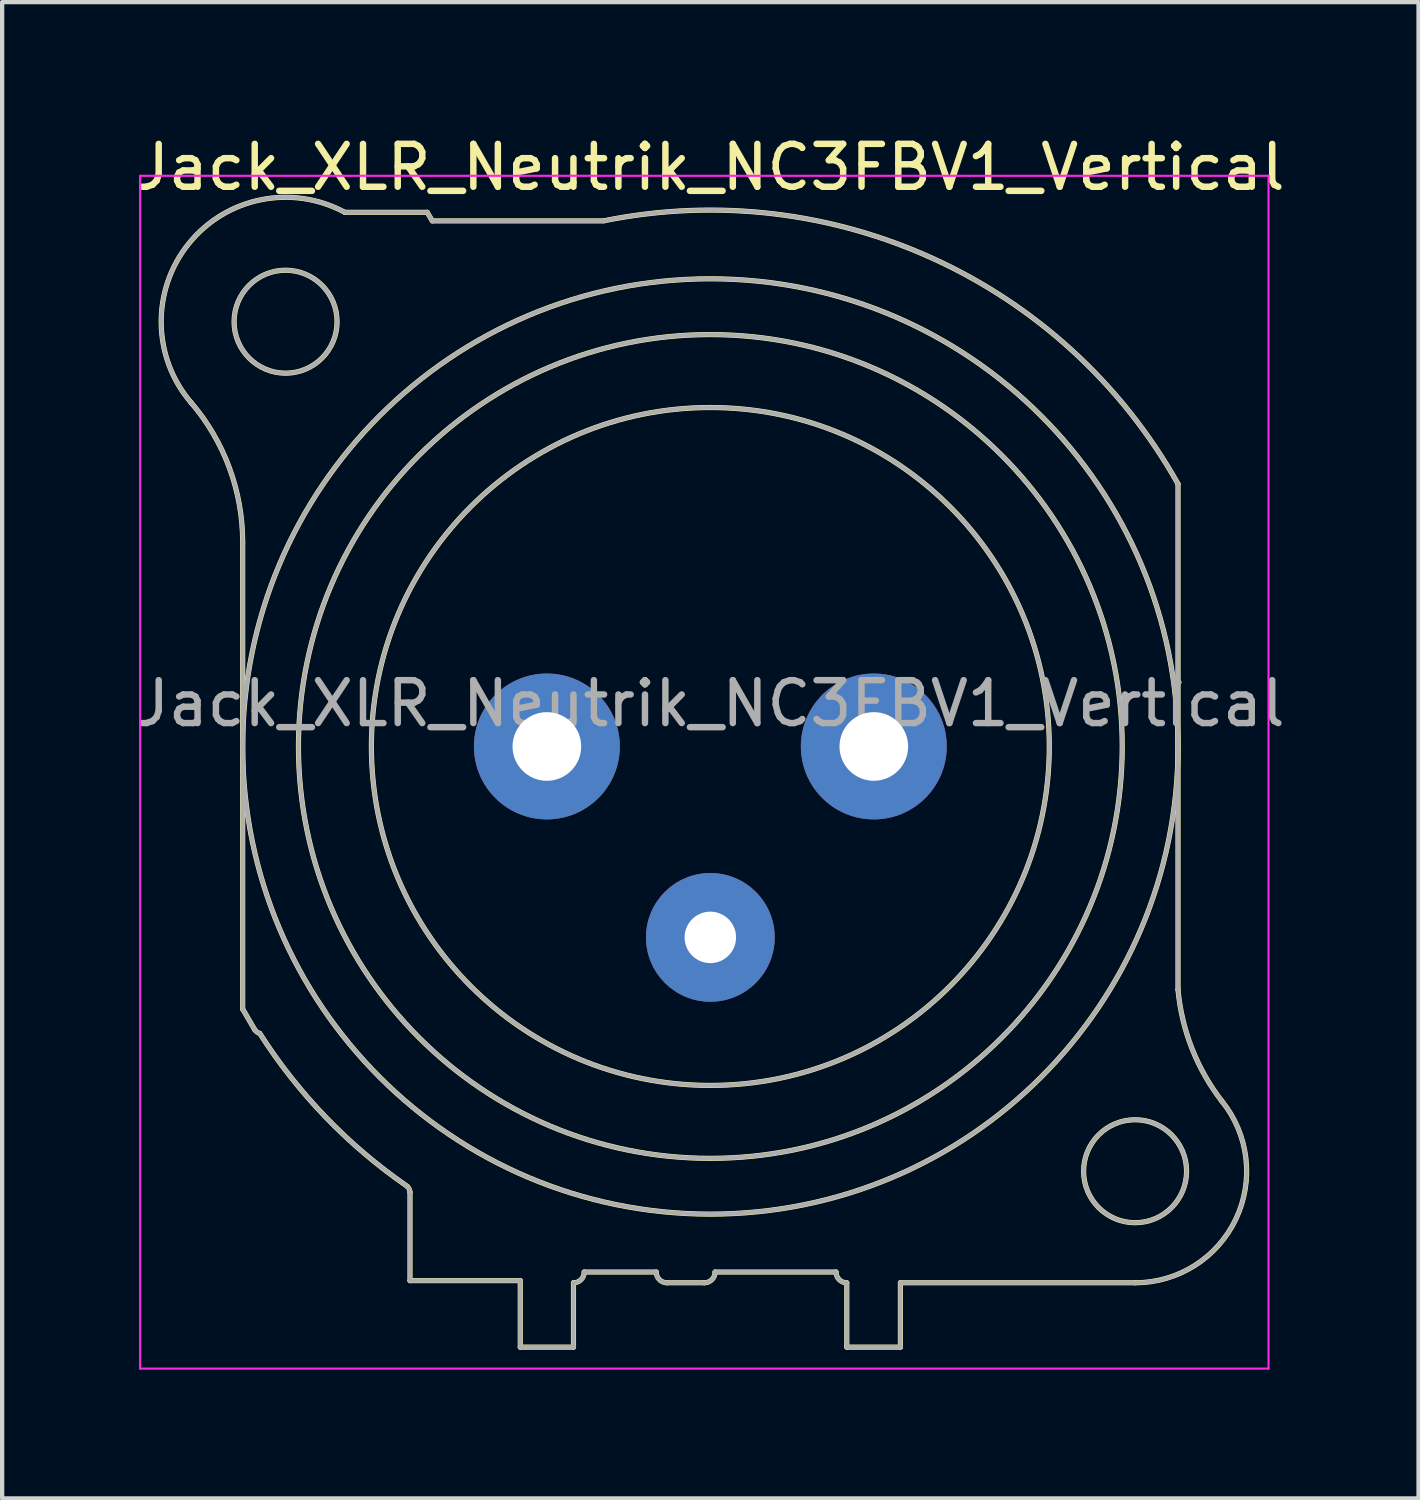
<source format=kicad_pcb>
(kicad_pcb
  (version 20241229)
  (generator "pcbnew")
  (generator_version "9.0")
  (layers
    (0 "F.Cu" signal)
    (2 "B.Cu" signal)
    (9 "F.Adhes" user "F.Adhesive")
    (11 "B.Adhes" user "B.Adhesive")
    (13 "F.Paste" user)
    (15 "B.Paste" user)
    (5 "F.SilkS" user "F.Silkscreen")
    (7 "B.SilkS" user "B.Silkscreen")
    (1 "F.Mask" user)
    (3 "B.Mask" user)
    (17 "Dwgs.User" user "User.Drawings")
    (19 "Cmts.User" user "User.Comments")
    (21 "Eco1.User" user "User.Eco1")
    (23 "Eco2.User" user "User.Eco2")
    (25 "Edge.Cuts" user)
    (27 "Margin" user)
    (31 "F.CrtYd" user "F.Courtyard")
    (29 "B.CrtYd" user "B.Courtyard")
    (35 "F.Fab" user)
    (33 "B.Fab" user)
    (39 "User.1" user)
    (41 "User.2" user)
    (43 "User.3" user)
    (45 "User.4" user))
  (footprint "Jack_XLR_Neutrik_NC3FBV1_Vertical"
    (layer "F.Cu")
    (at 17.316 14.348)
    (property "Reference" "Jack_XLR_Neutrik_NC3FBV1_Vertical" (at -3.81 -13.5 0) (layer "F.SilkS") (effects (font (size 1 1) (thickness 0.15))))
    (attr through_hole)
    (fp_line (start -14.71 -4.76) (end -14.71 6.12) (stroke (width 0.12) (type solid)) (layer "F.SilkS"))
    (fp_line (start -14.71 6.12) (end -14.43 6.6) (stroke (width 0.12) (type solid)) (layer "F.SilkS"))
    (fp_line (start -10.81 10.39) (end -10.81 12.45) (stroke (width 0.12) (type solid)) (layer "F.SilkS"))
    (fp_line (start -10.81 12.45) (end -8.24 12.45) (stroke (width 0.12) (type solid)) (layer "F.SilkS"))
    (fp_line (start -10.41 -12.45) (end -12.33 -12.45) (stroke (width 0.12) (type solid)) (layer "F.SilkS"))
    (fp_line (start -10.29 -12.25) (end -10.41 -12.45) (stroke (width 0.12) (type solid)) (layer "F.SilkS"))
    (fp_line (start -8.24 12.45) (end -8.24 14) (stroke (width 0.12) (type solid)) (layer "F.SilkS"))
    (fp_line (start -7 14) (end -8.24 14) (stroke (width 0.12) (type solid)) (layer "F.SilkS"))
    (fp_line (start -7 14) (end -7 12.5) (stroke (width 0.12) (type solid)) (layer "F.SilkS"))
    (fp_line (start -6.75 12.25) (end -5.07 12.25) (stroke (width 0.12) (type solid)) (layer "F.SilkS"))
    (fp_line (start -6.3 -12.25) (end -10.29 -12.25) (stroke (width 0.12) (type solid)) (layer "F.SilkS"))
    (fp_line (start -4.82 12.5) (end -3.95 12.5) (stroke (width 0.12) (type solid)) (layer "F.SilkS"))
    (fp_line (start -3.7 12.25) (end -0.88 12.25) (stroke (width 0.12) (type solid)) (layer "F.SilkS"))
    (fp_line (start -0.63 12.5) (end -0.63 14) (stroke (width 0.12) (type solid)) (layer "F.SilkS"))
    (fp_line (start 0.62 12.5) (end 6.09 12.5) (stroke (width 0.12) (type solid)) (layer "F.SilkS"))
    (fp_line (start 0.62 14) (end -0.63 14) (stroke (width 0.12) (type solid)) (layer "F.SilkS"))
    (fp_line (start 0.62 14) (end 0.62 12.5) (stroke (width 0.12) (type solid)) (layer "F.SilkS"))
    (fp_line (start 7.09 5.67) (end 7.09 -6.12) (stroke (width 0.12) (type solid)) (layer "F.SilkS"))
    (fp_arc (start -15.916051 -8.020379) (mid -15.021177 -6.498148) (end -14.71 -4.76) (stroke (width 0.12) (type solid)) (layer "F.SilkS"))
    (fp_arc (start -15.908884 -8.010077) (mid -15.967404 -11.719623) (end -12.33 -12.45) (stroke (width 0.12) (type solid)) (layer "F.SilkS"))
    (fp_arc (start -14.313753 6.685219) (mid -14.379716 6.653303) (end -14.43 6.6) (stroke (width 0.12) (type solid)) (layer "F.SilkS"))
    (fp_arc (start -10.879208 10.248532) (mid -12.772983 8.641241) (end -14.31 6.69) (stroke (width 0.12) (type solid)) (layer "F.SilkS"))
    (fp_arc (start -10.874359 10.252686) (mid -10.828679 10.315015) (end -10.81 10.39) (stroke (width 0.12) (type solid)) (layer "F.SilkS"))
    (fp_arc (start -6.75 12.25) (mid -6.823223 12.426777) (end -7 12.5) (stroke (width 0.12) (type solid)) (layer "F.SilkS"))
    (fp_arc (start -6.283571 -12.253402) (mid 1.401126 -11.362596) (end 7.09 -6.12) (stroke (width 0.12) (type solid)) (layer "F.SilkS"))
    (fp_arc (start -4.82 12.5) (mid -4.996777 12.426777) (end -5.07 12.25) (stroke (width 0.12) (type solid)) (layer "F.SilkS"))
    (fp_arc (start -3.7 12.25) (mid -3.773223 12.426777) (end -3.95 12.5) (stroke (width 0.12) (type solid)) (layer "F.SilkS"))
    (fp_arc (start -0.63 12.5) (mid -0.806777 12.426777) (end -0.88 12.25) (stroke (width 0.12) (type solid)) (layer "F.SilkS"))
    (fp_arc (start 8.110579 8.263767) (mid 8.436721 11.019329) (end 6.09 12.5) (stroke (width 0.12) (type solid)) (layer "F.SilkS"))
    (fp_arc (start 8.111727 8.266808) (mid 7.416073 7.041111) (end 7.09 5.67) (stroke (width 0.12) (type solid)) (layer "F.SilkS"))
    (fp_circle (center -13.71 -9.9) (end -12.51 -9.9) (stroke (width 0.12) (type solid)) (fill no) (layer "F.SilkS"))
    (fp_circle (center -3.81 0) (end 4.09 0) (stroke (width 0.12) (type solid)) (fill no) (layer "F.SilkS"))
    (fp_circle (center -3.81 0) (end 5.79 0) (stroke (width 0.12) (type solid)) (fill no) (layer "F.SilkS"))
    (fp_circle (center -3.81 0) (end 7.09 0) (stroke (width 0.12) (type solid)) (fill no) (layer "F.SilkS"))
    (fp_circle (center 6.09 9.9) (end 7.29 9.9) (stroke (width 0.12) (type solid)) (fill no) (layer "F.SilkS"))
    (fp_line (start -17.1 -13.3) (end 9.2 -13.3) (stroke (width 0.05) (type solid)) (layer "F.CrtYd"))
    (fp_line (start -17.1 14.5) (end -17.1 -13.3) (stroke (width 0.05) (type solid)) (layer "F.CrtYd"))
    (fp_line (start 9.2 -13.3) (end 9.2 14.5) (stroke (width 0.05) (type solid)) (layer "F.CrtYd"))
    (fp_line (start 9.2 14.5) (end -17.1 14.5) (stroke (width 0.05) (type solid)) (layer "F.CrtYd"))
    (fp_line (start -14.71 -4.76) (end -14.71 6.12) (stroke (width 0.1) (type solid)) (layer "F.Fab"))
    (fp_line (start -14.71 6.12) (end -14.43 6.6) (stroke (width 0.1) (type solid)) (layer "F.Fab"))
    (fp_line (start -10.81 10.39) (end -10.81 12.45) (stroke (width 0.1) (type solid)) (layer "F.Fab"))
    (fp_line (start -10.81 12.45) (end -8.24 12.45) (stroke (width 0.1) (type solid)) (layer "F.Fab"))
    (fp_line (start -10.41 -12.45) (end -12.33 -12.45) (stroke (width 0.1) (type solid)) (layer "F.Fab"))
    (fp_line (start -10.29 -12.25) (end -10.41 -12.45) (stroke (width 0.1) (type solid)) (layer "F.Fab"))
    (fp_line (start -8.24 12.45) (end -8.24 14) (stroke (width 0.1) (type solid)) (layer "F.Fab"))
    (fp_line (start -7 14) (end -8.24 14) (stroke (width 0.1) (type solid)) (layer "F.Fab"))
    (fp_line (start -7 14) (end -7 12.5) (stroke (width 0.1) (type solid)) (layer "F.Fab"))
    (fp_line (start -6.75 12.25) (end -5.07 12.25) (stroke (width 0.1) (type solid)) (layer "F.Fab"))
    (fp_line (start -6.3 -12.25) (end -10.29 -12.25) (stroke (width 0.1) (type solid)) (layer "F.Fab"))
    (fp_line (start -4.82 12.5) (end -3.95 12.5) (stroke (width 0.1) (type solid)) (layer "F.Fab"))
    (fp_line (start -3.7 12.25) (end -0.88 12.25) (stroke (width 0.1) (type solid)) (layer "F.Fab"))
    (fp_line (start -0.63 12.5) (end -0.63 14) (stroke (width 0.1) (type solid)) (layer "F.Fab"))
    (fp_line (start 0.62 12.5) (end 6.09 12.5) (stroke (width 0.1) (type solid)) (layer "F.Fab"))
    (fp_line (start 0.62 14) (end -0.63 14) (stroke (width 0.1) (type solid)) (layer "F.Fab"))
    (fp_line (start 0.62 14) (end 0.62 12.5) (stroke (width 0.1) (type solid)) (layer "F.Fab"))
    (fp_line (start 7.09 5.67) (end 7.09 -6.12) (stroke (width 0.1) (type solid)) (layer "F.Fab"))
    (fp_arc (start -15.916051 -8.020379) (mid -15.021177 -6.498148) (end -14.71 -4.76) (stroke (width 0.1) (type solid)) (layer "F.Fab"))
    (fp_arc (start -15.908884 -8.010077) (mid -15.967404 -11.719623) (end -12.33 -12.45) (stroke (width 0.1) (type solid)) (layer "F.Fab"))
    (fp_arc (start -14.313753 6.685219) (mid -14.379716 6.653303) (end -14.43 6.6) (stroke (width 0.1) (type solid)) (layer "F.Fab"))
    (fp_arc (start -10.879208 10.248532) (mid -12.772983 8.641241) (end -14.31 6.69) (stroke (width 0.1) (type solid)) (layer "F.Fab"))
    (fp_arc (start -10.874359 10.252686) (mid -10.828679 10.315015) (end -10.81 10.39) (stroke (width 0.1) (type solid)) (layer "F.Fab"))
    (fp_arc (start -6.75 12.25) (mid -6.823223 12.426777) (end -7 12.5) (stroke (width 0.1) (type solid)) (layer "F.Fab"))
    (fp_arc (start -6.283571 -12.253402) (mid 1.401126 -11.362596) (end 7.09 -6.12) (stroke (width 0.1) (type solid)) (layer "F.Fab"))
    (fp_arc (start -4.82 12.5) (mid -4.996777 12.426777) (end -5.07 12.25) (stroke (width 0.1) (type solid)) (layer "F.Fab"))
    (fp_arc (start -3.7 12.25) (mid -3.773223 12.426777) (end -3.95 12.5) (stroke (width 0.1) (type solid)) (layer "F.Fab"))
    (fp_arc (start -0.63 12.5) (mid -0.806777 12.426777) (end -0.88 12.25) (stroke (width 0.1) (type solid)) (layer "F.Fab"))
    (fp_arc (start 8.110579 8.263767) (mid 8.436721 11.019329) (end 6.09 12.5) (stroke (width 0.1) (type solid)) (layer "F.Fab"))
    (fp_arc (start 8.111727 8.266808) (mid 7.416073 7.041111) (end 7.09 5.67) (stroke (width 0.1) (type solid)) (layer "F.Fab"))
    (fp_circle (center -13.71 -9.9) (end -12.51 -9.9) (stroke (width 0.1) (type solid)) (fill no) (layer "F.Fab"))
    (fp_circle (center -3.81 0) (end 4.09 0) (stroke (width 0.1) (type solid)) (fill no) (layer "F.Fab"))
    (fp_circle (center -3.81 0) (end 5.79 0) (stroke (width 0.1) (type solid)) (fill no) (layer "F.Fab"))
    (fp_circle (center -3.81 0) (end 7.09 0) (stroke (width 0.1) (type solid)) (fill no) (layer "F.Fab"))
    (fp_circle (center 6.09 9.9) (end 7.29 9.9) (stroke (width 0.1) (type solid)) (fill no) (layer "F.Fab"))
    (fp_text user "${REFERENCE}" (at -3.81 -1 0) (layer "F.Fab") (effects (font (size 1 1) (thickness 0.15))))
    (pad "1" thru_hole circle (at 0 0) (size 3.4 3.4) (drill 1.6) (layers "*.Cu" "*.Mask"))
    (pad "2" thru_hole circle (at -7.62 0) (size 3.4 3.4) (drill 1.6) (layers "*.Cu" "*.Mask"))
    (pad "3" thru_hole circle (at -3.81 4.45) (size 3 3) (drill 1.2) (layers "*.Cu" "*.Mask")))
  (gr_rect
    (start -3 -3)
    (end 30.012 31.873)
    (stroke (width 0.1) (type default))
    (fill no)
    (layer "Edge.Cuts")))
</source>
